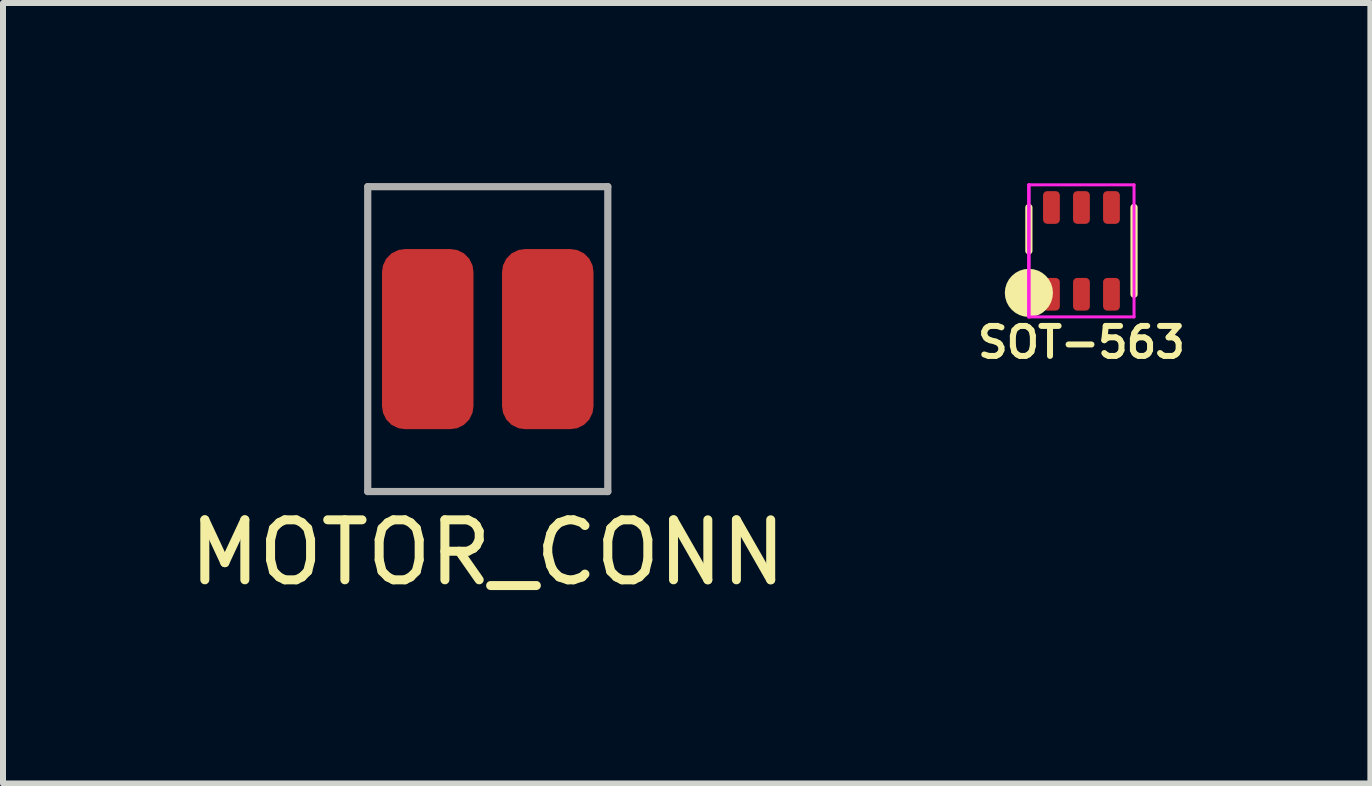
<source format=kicad_pcb>
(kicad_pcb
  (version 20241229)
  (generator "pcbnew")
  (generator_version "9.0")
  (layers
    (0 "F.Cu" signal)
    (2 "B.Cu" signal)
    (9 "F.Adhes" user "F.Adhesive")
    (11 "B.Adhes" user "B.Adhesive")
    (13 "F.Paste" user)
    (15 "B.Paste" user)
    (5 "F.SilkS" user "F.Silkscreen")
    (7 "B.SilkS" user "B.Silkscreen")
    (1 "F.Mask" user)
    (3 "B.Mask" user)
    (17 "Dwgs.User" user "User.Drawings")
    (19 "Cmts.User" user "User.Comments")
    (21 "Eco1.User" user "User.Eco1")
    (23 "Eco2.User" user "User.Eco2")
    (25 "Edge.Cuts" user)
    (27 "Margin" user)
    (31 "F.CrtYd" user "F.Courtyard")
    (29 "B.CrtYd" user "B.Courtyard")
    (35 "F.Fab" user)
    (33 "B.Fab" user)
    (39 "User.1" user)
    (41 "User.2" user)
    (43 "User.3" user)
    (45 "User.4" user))
  (footprint "MOTOR_CONN"
    (layer "F.Cu")
    (at 5.077 2.6)
    (property "Reference" "MOTOR_CONN" (at 0 3.556 0) (layer "F.SilkS") (effects (font (size 1 1) (thickness 0.15))))
    (attr through_hole)
    (fp_line (start -2 -2.54) (end 2 -2.54) (stroke (width 0.12) (type solid)) (layer "F.Fab"))
    (fp_line (start -2 2.54) (end -2 -2.54) (stroke (width 0.12) (type solid)) (layer "F.Fab"))
    (fp_line (start 2 -2.54) (end 2 2.54) (stroke (width 0.12) (type solid)) (layer "F.Fab"))
    (fp_line (start 2 2.54) (end -2 2.54) (stroke (width 0.12) (type solid)) (layer "F.Fab"))
    (pad "1" smd roundrect (at -1 0) (size 1.524 3) (layers "F.Cu" "F.Mask" "F.Paste") (roundrect_rratio 0.25))
    (pad "2" smd roundrect (at 1 0) (size 1.524 3) (layers "F.Cu" "F.Mask" "F.Paste") (roundrect_rratio 0.25)))
  (footprint "SOT-563"
    (layer "F.Cu")
    (at 14.969 1.13)
    (property "Reference" "SOT-563" (at 0 1.524 0) (layer "F.SilkS") (effects (font (size 0.5 0.5) (thickness 0.1))))
    (attr through_hole)
    (fp_line (start -0.876 -0.723) (end -0.876 0) (stroke (width 0.12) (type solid)) (layer "F.SilkS"))
    (fp_line (start 0.876 -0.723) (end 0.876 0.723) (stroke (width 0.12) (type solid)) (layer "F.SilkS"))
    (fp_circle (center -0.876 0.7) (end -0.875 0.7) (stroke (width 0.4) (type solid)) (fill no) (layer "F.SilkS"))
    (fp_line (start -0.876 -1.1) (end 0.876 -1.1) (stroke (width 0.05) (type solid)) (layer "F.CrtYd"))
    (fp_line (start -0.876 1.1) (end -0.876 -1.1) (stroke (width 0.06) (type solid)) (layer "F.CrtYd"))
    (fp_line (start -0.876 1.1) (end 0.876 1.1) (stroke (width 0.05) (type solid)) (layer "F.CrtYd"))
    (fp_line (start 0.876 -1.1) (end 0.876 1.1) (stroke (width 0.05) (type solid)) (layer "F.CrtYd"))
    (pad "1" smd roundrect (at -0.5 0.723) (size 0.28 0.545) (layers "F.Cu" "F.Mask" "F.Paste") (roundrect_rratio 0.25))
    (pad "2" smd roundrect (at 0 0.723) (size 0.28 0.545) (layers "F.Cu" "F.Mask" "F.Paste") (roundrect_rratio 0.25))
    (pad "3" smd roundrect (at 0.5 0.723) (size 0.28 0.545) (layers "F.Cu" "F.Mask" "F.Paste") (roundrect_rratio 0.25))
    (pad "4" smd roundrect (at 0.5 -0.723) (size 0.28 0.545) (layers "F.Cu" "F.Mask" "F.Paste") (roundrect_rratio 0.25))
    (pad "5" smd roundrect (at 0 -0.723) (size 0.28 0.545) (layers "F.Cu" "F.Mask" "F.Paste") (roundrect_rratio 0.25))
    (pad "6" smd roundrect (at -0.5 -0.723) (size 0.28 0.545) (layers "F.Cu" "F.Mask" "F.Paste") (roundrect_rratio 0.25)))
  (gr_rect
    (start -3 -3)
    (end 19.783 10.004)
    (stroke (width 0.1) (type default))
    (fill no)
    (layer "Edge.Cuts")))
</source>
